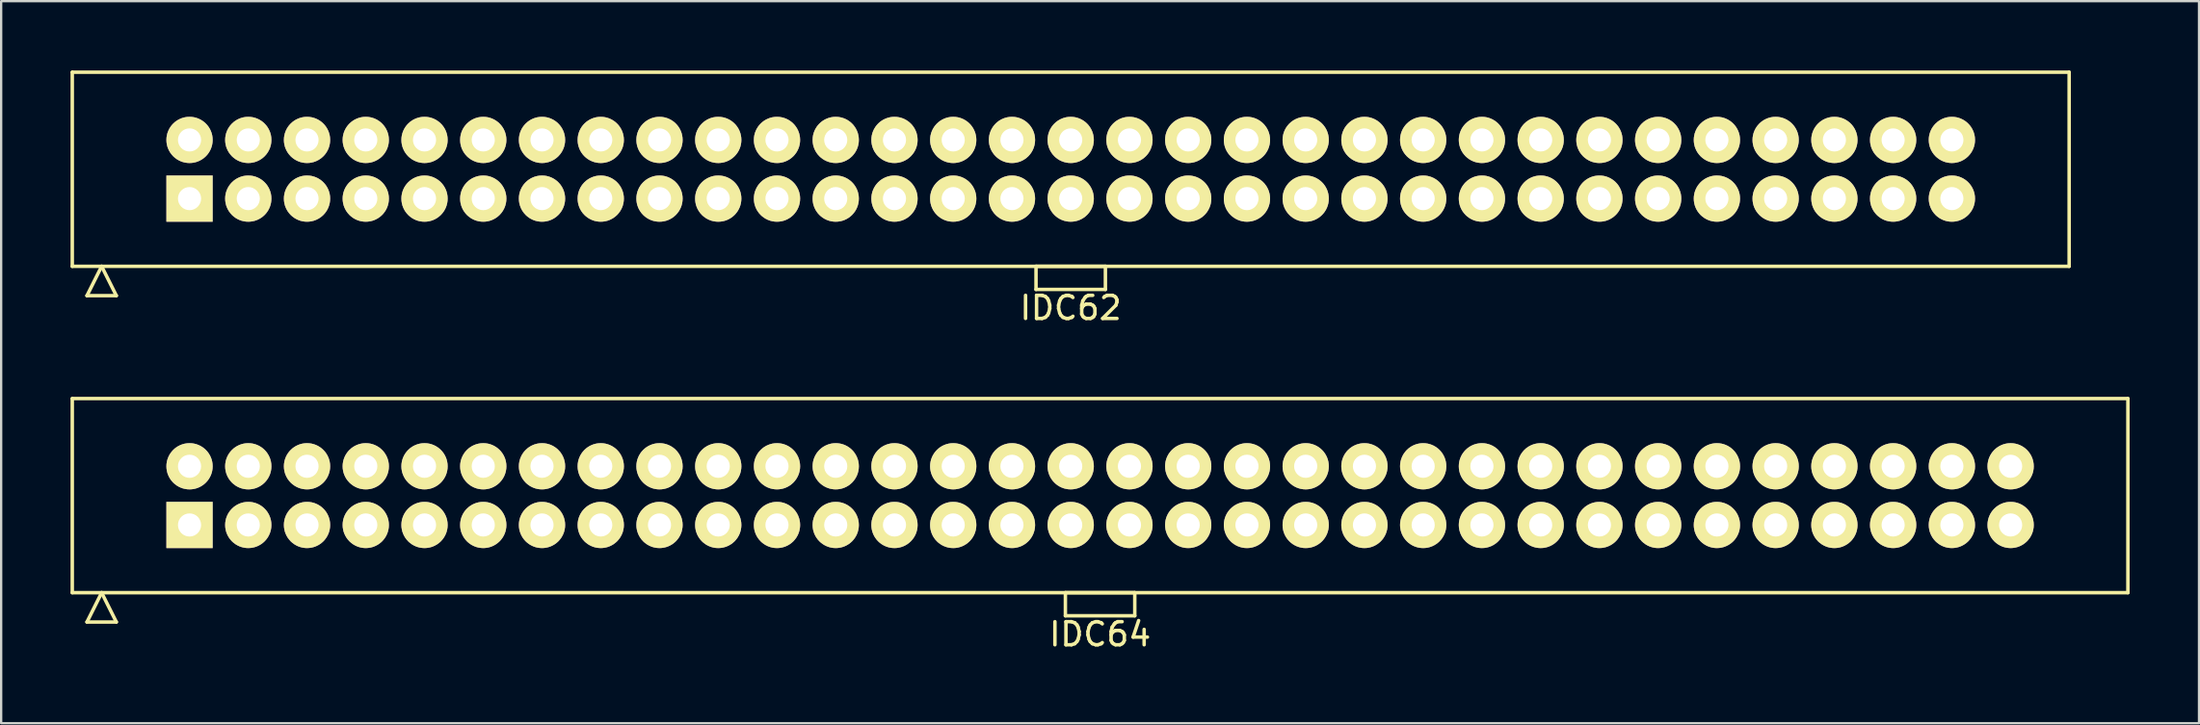
<source format=kicad_pcb>
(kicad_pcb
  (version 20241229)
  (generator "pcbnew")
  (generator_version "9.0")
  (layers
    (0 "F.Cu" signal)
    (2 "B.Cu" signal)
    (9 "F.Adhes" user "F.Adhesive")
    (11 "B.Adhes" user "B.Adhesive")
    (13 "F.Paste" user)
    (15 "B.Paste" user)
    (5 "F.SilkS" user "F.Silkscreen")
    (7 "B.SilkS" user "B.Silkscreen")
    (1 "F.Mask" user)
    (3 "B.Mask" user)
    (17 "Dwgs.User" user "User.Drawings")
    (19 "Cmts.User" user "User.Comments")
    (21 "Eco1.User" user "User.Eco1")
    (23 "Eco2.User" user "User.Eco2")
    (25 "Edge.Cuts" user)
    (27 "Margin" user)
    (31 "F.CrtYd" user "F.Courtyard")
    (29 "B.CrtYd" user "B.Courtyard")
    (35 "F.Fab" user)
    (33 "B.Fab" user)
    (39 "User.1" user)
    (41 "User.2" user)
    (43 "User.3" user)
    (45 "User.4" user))
  (footprint "IDC62"
    (layer "F.Cu")
    (at 43.245 4.275)
    (property "Reference" "IDC62" (at 0 6 0) (layer "F.SilkS") (effects (font (size 1 1) (thickness 0.15))))
    (attr through_hole)
    (fp_line (start -43.17 -4.2) (end -43.17 4.2) (stroke (width 0.15) (type solid)) (layer "F.SilkS"))
    (fp_line (start -43.17 4.2) (end 43.17 4.2) (stroke (width 0.15) (type solid)) (layer "F.SilkS"))
    (fp_line (start -42.535 5.47) (end -41.9 4.2) (stroke (width 0.15) (type solid)) (layer "F.SilkS"))
    (fp_line (start -42.535 5.47) (end -41.265 5.47) (stroke (width 0.15) (type solid)) (layer "F.SilkS"))
    (fp_line (start -41.265 5.47) (end -41.9 4.2) (stroke (width 0.15) (type solid)) (layer "F.SilkS"))
    (fp_line (start -1.5 4.2) (end -1.5 5.2) (stroke (width 0.15) (type solid)) (layer "F.SilkS"))
    (fp_line (start -1.5 5.2) (end 1.5 5.2) (stroke (width 0.15) (type solid)) (layer "F.SilkS"))
    (fp_line (start 1.5 4.2) (end -1.5 4.2) (stroke (width 0.15) (type solid)) (layer "F.SilkS"))
    (fp_line (start 1.5 5.2) (end 1.5 4.2) (stroke (width 0.15) (type solid)) (layer "F.SilkS"))
    (fp_line (start 43.17 -4.2) (end -43.17 -4.2) (stroke (width 0.15) (type solid)) (layer "F.SilkS"))
    (fp_line (start 43.17 4.2) (end 43.17 -4.2) (stroke (width 0.15) (type solid)) (layer "F.SilkS"))
    (pad "1" thru_hole rect (at -38.1 1.27) (size 2 2) (drill 1) (layers "*.Cu" "*.Mask" "F.SilkS"))
    (pad "2" thru_hole circle (at -38.1 -1.27) (size 2 2) (drill 1) (layers "*.Cu" "*.Mask" "F.SilkS"))
    (pad "3" thru_hole circle (at -35.56 1.27) (size 2 2) (drill 1) (layers "*.Cu" "*.Mask" "F.SilkS"))
    (pad "4" thru_hole circle (at -35.56 -1.27) (size 2 2) (drill 1) (layers "*.Cu" "*.Mask" "F.SilkS"))
    (pad "5" thru_hole circle (at -33.02 1.27) (size 2 2) (drill 1) (layers "*.Cu" "*.Mask" "F.SilkS"))
    (pad "6" thru_hole circle (at -33.02 -1.27) (size 2 2) (drill 1) (layers "*.Cu" "*.Mask" "F.SilkS"))
    (pad "7" thru_hole circle (at -30.48 1.27) (size 2 2) (drill 1) (layers "*.Cu" "*.Mask" "F.SilkS"))
    (pad "8" thru_hole circle (at -30.48 -1.27) (size 2 2) (drill 1) (layers "*.Cu" "*.Mask" "F.SilkS"))
    (pad "9" thru_hole circle (at -27.94 1.27) (size 2 2) (drill 1) (layers "*.Cu" "*.Mask" "F.SilkS"))
    (pad "10" thru_hole circle (at -27.94 -1.27) (size 2 2) (drill 1) (layers "*.Cu" "*.Mask" "F.SilkS"))
    (pad "11" thru_hole circle (at -25.4 1.27) (size 2 2) (drill 1) (layers "*.Cu" "*.Mask" "F.SilkS"))
    (pad "12" thru_hole circle (at -25.4 -1.27) (size 2 2) (drill 1) (layers "*.Cu" "*.Mask" "F.SilkS"))
    (pad "13" thru_hole circle (at -22.86 1.27) (size 2 2) (drill 1) (layers "*.Cu" "*.Mask" "F.SilkS"))
    (pad "14" thru_hole circle (at -22.86 -1.27) (size 2 2) (drill 1) (layers "*.Cu" "*.Mask" "F.SilkS"))
    (pad "15" thru_hole circle (at -20.32 1.27) (size 2 2) (drill 1) (layers "*.Cu" "*.Mask" "F.SilkS"))
    (pad "16" thru_hole circle (at -20.32 -1.27) (size 2 2) (drill 1) (layers "*.Cu" "*.Mask" "F.SilkS"))
    (pad "17" thru_hole circle (at -17.78 1.27) (size 2 2) (drill 1) (layers "*.Cu" "*.Mask" "F.SilkS"))
    (pad "18" thru_hole circle (at -17.78 -1.27) (size 2 2) (drill 1) (layers "*.Cu" "*.Mask" "F.SilkS"))
    (pad "19" thru_hole circle (at -15.24 1.27) (size 2 2) (drill 1) (layers "*.Cu" "*.Mask" "F.SilkS"))
    (pad "20" thru_hole circle (at -15.24 -1.27) (size 2 2) (drill 1) (layers "*.Cu" "*.Mask" "F.SilkS"))
    (pad "21" thru_hole circle (at -12.7 1.27) (size 2 2) (drill 1) (layers "*.Cu" "*.Mask" "F.SilkS"))
    (pad "22" thru_hole circle (at -12.7 -1.27) (size 2 2) (drill 1) (layers "*.Cu" "*.Mask" "F.SilkS"))
    (pad "23" thru_hole circle (at -10.16 1.27) (size 2 2) (drill 1) (layers "*.Cu" "*.Mask" "F.SilkS"))
    (pad "24" thru_hole circle (at -10.16 -1.27) (size 2 2) (drill 1) (layers "*.Cu" "*.Mask" "F.SilkS"))
    (pad "25" thru_hole circle (at -7.62 1.27) (size 2 2) (drill 1) (layers "*.Cu" "*.Mask" "F.SilkS"))
    (pad "26" thru_hole circle (at -7.62 -1.27) (size 2 2) (drill 1) (layers "*.Cu" "*.Mask" "F.SilkS"))
    (pad "27" thru_hole circle (at -5.08 1.27) (size 2 2) (drill 1) (layers "*.Cu" "*.Mask" "F.SilkS"))
    (pad "28" thru_hole circle (at -5.08 -1.27) (size 2 2) (drill 1) (layers "*.Cu" "*.Mask" "F.SilkS"))
    (pad "29" thru_hole circle (at -2.54 1.27) (size 2 2) (drill 1) (layers "*.Cu" "*.Mask" "F.SilkS"))
    (pad "30" thru_hole circle (at -2.54 -1.27) (size 2 2) (drill 1) (layers "*.Cu" "*.Mask" "F.SilkS"))
    (pad "31" thru_hole circle (at 0 1.27) (size 2 2) (drill 1) (layers "*.Cu" "*.Mask" "F.SilkS"))
    (pad "32" thru_hole circle (at 0 -1.27) (size 2 2) (drill 1) (layers "*.Cu" "*.Mask" "F.SilkS"))
    (pad "33" thru_hole circle (at 2.54 1.27) (size 2 2) (drill 1) (layers "*.Cu" "*.Mask" "F.SilkS"))
    (pad "34" thru_hole circle (at 2.54 -1.27) (size 2 2) (drill 1) (layers "*.Cu" "*.Mask" "F.SilkS"))
    (pad "35" thru_hole circle (at 5.08 1.27) (size 2 2) (drill 1) (layers "*.Cu" "*.Mask" "F.SilkS"))
    (pad "36" thru_hole circle (at 5.08 -1.27) (size 2 2) (drill 1) (layers "*.Cu" "*.Mask" "F.SilkS"))
    (pad "37" thru_hole circle (at 7.62 1.27) (size 2 2) (drill 1) (layers "*.Cu" "*.Mask" "F.SilkS"))
    (pad "38" thru_hole circle (at 7.62 -1.27) (size 2 2) (drill 1) (layers "*.Cu" "*.Mask" "F.SilkS"))
    (pad "39" thru_hole circle (at 10.16 1.27) (size 2 2) (drill 1) (layers "*.Cu" "*.Mask" "F.SilkS"))
    (pad "40" thru_hole circle (at 10.16 -1.27) (size 2 2) (drill 1) (layers "*.Cu" "*.Mask" "F.SilkS"))
    (pad "41" thru_hole circle (at 12.7 1.27) (size 2 2) (drill 1) (layers "*.Cu" "*.Mask" "F.SilkS"))
    (pad "42" thru_hole circle (at 12.7 -1.27) (size 2 2) (drill 1) (layers "*.Cu" "*.Mask" "F.SilkS"))
    (pad "43" thru_hole circle (at 15.24 1.27) (size 2 2) (drill 1) (layers "*.Cu" "*.Mask" "F.SilkS"))
    (pad "44" thru_hole circle (at 15.24 -1.27) (size 2 2) (drill 1) (layers "*.Cu" "*.Mask" "F.SilkS"))
    (pad "45" thru_hole circle (at 17.78 1.27) (size 2 2) (drill 1) (layers "*.Cu" "*.Mask" "F.SilkS"))
    (pad "46" thru_hole circle (at 17.78 -1.27) (size 2 2) (drill 1) (layers "*.Cu" "*.Mask" "F.SilkS"))
    (pad "47" thru_hole circle (at 20.32 1.27) (size 2 2) (drill 1) (layers "*.Cu" "*.Mask" "F.SilkS"))
    (pad "48" thru_hole circle (at 20.32 -1.27) (size 2 2) (drill 1) (layers "*.Cu" "*.Mask" "F.SilkS"))
    (pad "49" thru_hole circle (at 22.86 1.27) (size 2 2) (drill 1) (layers "*.Cu" "*.Mask" "F.SilkS"))
    (pad "50" thru_hole circle (at 22.86 -1.27) (size 2 2) (drill 1) (layers "*.Cu" "*.Mask" "F.SilkS"))
    (pad "51" thru_hole circle (at 25.4 1.27) (size 2 2) (drill 1) (layers "*.Cu" "*.Mask" "F.SilkS"))
    (pad "52" thru_hole circle (at 25.4 -1.27) (size 2 2) (drill 1) (layers "*.Cu" "*.Mask" "F.SilkS"))
    (pad "53" thru_hole circle (at 27.94 1.27) (size 2 2) (drill 1) (layers "*.Cu" "*.Mask" "F.SilkS"))
    (pad "54" thru_hole circle (at 27.94 -1.27) (size 2 2) (drill 1) (layers "*.Cu" "*.Mask" "F.SilkS"))
    (pad "55" thru_hole circle (at 30.48 1.27) (size 2 2) (drill 1) (layers "*.Cu" "*.Mask" "F.SilkS"))
    (pad "56" thru_hole circle (at 30.48 -1.27) (size 2 2) (drill 1) (layers "*.Cu" "*.Mask" "F.SilkS"))
    (pad "57" thru_hole circle (at 33.02 1.27) (size 2 2) (drill 1) (layers "*.Cu" "*.Mask" "F.SilkS"))
    (pad "58" thru_hole circle (at 33.02 -1.27) (size 2 2) (drill 1) (layers "*.Cu" "*.Mask" "F.SilkS"))
    (pad "59" thru_hole circle (at 35.56 1.27) (size 2 2) (drill 1) (layers "*.Cu" "*.Mask" "F.SilkS"))
    (pad "60" thru_hole circle (at 35.56 -1.27) (size 2 2) (drill 1) (layers "*.Cu" "*.Mask" "F.SilkS"))
    (pad "61" thru_hole circle (at 38.1 1.27) (size 2 2) (drill 1) (layers "*.Cu" "*.Mask" "F.SilkS"))
    (pad "62" thru_hole circle (at 38.1 -1.27) (size 2 2) (drill 1) (layers "*.Cu" "*.Mask" "F.SilkS")))
  (footprint "IDC64"
    (layer "F.Cu")
    (at 44.515 18.398)
    (property "Reference" "IDC64" (at 0 6 0) (layer "F.SilkS") (effects (font (size 1 1) (thickness 0.15))))
    (attr through_hole)
    (fp_line (start -44.44 -4.2) (end -44.44 4.2) (stroke (width 0.15) (type solid)) (layer "F.SilkS"))
    (fp_line (start -44.44 4.2) (end 44.44 4.2) (stroke (width 0.15) (type solid)) (layer "F.SilkS"))
    (fp_line (start -43.805 5.47) (end -43.17 4.2) (stroke (width 0.15) (type solid)) (layer "F.SilkS"))
    (fp_line (start -43.805 5.47) (end -42.535 5.47) (stroke (width 0.15) (type solid)) (layer "F.SilkS"))
    (fp_line (start -42.535 5.47) (end -43.17 4.2) (stroke (width 0.15) (type solid)) (layer "F.SilkS"))
    (fp_line (start -1.5 4.2) (end -1.5 5.2) (stroke (width 0.15) (type solid)) (layer "F.SilkS"))
    (fp_line (start -1.5 5.2) (end 1.5 5.2) (stroke (width 0.15) (type solid)) (layer "F.SilkS"))
    (fp_line (start 1.5 4.2) (end -1.5 4.2) (stroke (width 0.15) (type solid)) (layer "F.SilkS"))
    (fp_line (start 1.5 5.2) (end 1.5 4.2) (stroke (width 0.15) (type solid)) (layer "F.SilkS"))
    (fp_line (start 44.44 -4.2) (end -44.44 -4.2) (stroke (width 0.15) (type solid)) (layer "F.SilkS"))
    (fp_line (start 44.44 4.2) (end 44.44 -4.2) (stroke (width 0.15) (type solid)) (layer "F.SilkS"))
    (pad "1" thru_hole rect (at -39.37 1.27) (size 2 2) (drill 1) (layers "*.Cu" "*.Mask" "F.SilkS"))
    (pad "2" thru_hole circle (at -39.37 -1.27) (size 2 2) (drill 1) (layers "*.Cu" "*.Mask" "F.SilkS"))
    (pad "3" thru_hole circle (at -36.83 1.27) (size 2 2) (drill 1) (layers "*.Cu" "*.Mask" "F.SilkS"))
    (pad "4" thru_hole circle (at -36.83 -1.27) (size 2 2) (drill 1) (layers "*.Cu" "*.Mask" "F.SilkS"))
    (pad "5" thru_hole circle (at -34.29 1.27) (size 2 2) (drill 1) (layers "*.Cu" "*.Mask" "F.SilkS"))
    (pad "6" thru_hole circle (at -34.29 -1.27) (size 2 2) (drill 1) (layers "*.Cu" "*.Mask" "F.SilkS"))
    (pad "7" thru_hole circle (at -31.75 1.27) (size 2 2) (drill 1) (layers "*.Cu" "*.Mask" "F.SilkS"))
    (pad "8" thru_hole circle (at -31.75 -1.27) (size 2 2) (drill 1) (layers "*.Cu" "*.Mask" "F.SilkS"))
    (pad "9" thru_hole circle (at -29.21 1.27) (size 2 2) (drill 1) (layers "*.Cu" "*.Mask" "F.SilkS"))
    (pad "10" thru_hole circle (at -29.21 -1.27) (size 2 2) (drill 1) (layers "*.Cu" "*.Mask" "F.SilkS"))
    (pad "11" thru_hole circle (at -26.67 1.27) (size 2 2) (drill 1) (layers "*.Cu" "*.Mask" "F.SilkS"))
    (pad "12" thru_hole circle (at -26.67 -1.27) (size 2 2) (drill 1) (layers "*.Cu" "*.Mask" "F.SilkS"))
    (pad "13" thru_hole circle (at -24.13 1.27) (size 2 2) (drill 1) (layers "*.Cu" "*.Mask" "F.SilkS"))
    (pad "14" thru_hole circle (at -24.13 -1.27) (size 2 2) (drill 1) (layers "*.Cu" "*.Mask" "F.SilkS"))
    (pad "15" thru_hole circle (at -21.59 1.27) (size 2 2) (drill 1) (layers "*.Cu" "*.Mask" "F.SilkS"))
    (pad "16" thru_hole circle (at -21.59 -1.27) (size 2 2) (drill 1) (layers "*.Cu" "*.Mask" "F.SilkS"))
    (pad "17" thru_hole circle (at -19.05 1.27) (size 2 2) (drill 1) (layers "*.Cu" "*.Mask" "F.SilkS"))
    (pad "18" thru_hole circle (at -19.05 -1.27) (size 2 2) (drill 1) (layers "*.Cu" "*.Mask" "F.SilkS"))
    (pad "19" thru_hole circle (at -16.51 1.27) (size 2 2) (drill 1) (layers "*.Cu" "*.Mask" "F.SilkS"))
    (pad "20" thru_hole circle (at -16.51 -1.27) (size 2 2) (drill 1) (layers "*.Cu" "*.Mask" "F.SilkS"))
    (pad "21" thru_hole circle (at -13.97 1.27) (size 2 2) (drill 1) (layers "*.Cu" "*.Mask" "F.SilkS"))
    (pad "22" thru_hole circle (at -13.97 -1.27) (size 2 2) (drill 1) (layers "*.Cu" "*.Mask" "F.SilkS"))
    (pad "23" thru_hole circle (at -11.43 1.27) (size 2 2) (drill 1) (layers "*.Cu" "*.Mask" "F.SilkS"))
    (pad "24" thru_hole circle (at -11.43 -1.27) (size 2 2) (drill 1) (layers "*.Cu" "*.Mask" "F.SilkS"))
    (pad "25" thru_hole circle (at -8.89 1.27) (size 2 2) (drill 1) (layers "*.Cu" "*.Mask" "F.SilkS"))
    (pad "26" thru_hole circle (at -8.89 -1.27) (size 2 2) (drill 1) (layers "*.Cu" "*.Mask" "F.SilkS"))
    (pad "27" thru_hole circle (at -6.35 1.27) (size 2 2) (drill 1) (layers "*.Cu" "*.Mask" "F.SilkS"))
    (pad "28" thru_hole circle (at -6.35 -1.27) (size 2 2) (drill 1) (layers "*.Cu" "*.Mask" "F.SilkS"))
    (pad "29" thru_hole circle (at -3.81 1.27) (size 2 2) (drill 1) (layers "*.Cu" "*.Mask" "F.SilkS"))
    (pad "30" thru_hole circle (at -3.81 -1.27) (size 2 2) (drill 1) (layers "*.Cu" "*.Mask" "F.SilkS"))
    (pad "31" thru_hole circle (at -1.27 1.27) (size 2 2) (drill 1) (layers "*.Cu" "*.Mask" "F.SilkS"))
    (pad "32" thru_hole circle (at -1.27 -1.27) (size 2 2) (drill 1) (layers "*.Cu" "*.Mask" "F.SilkS"))
    (pad "33" thru_hole circle (at 1.27 1.27) (size 2 2) (drill 1) (layers "*.Cu" "*.Mask" "F.SilkS"))
    (pad "34" thru_hole circle (at 1.27 -1.27) (size 2 2) (drill 1) (layers "*.Cu" "*.Mask" "F.SilkS"))
    (pad "35" thru_hole circle (at 3.81 1.27) (size 2 2) (drill 1) (layers "*.Cu" "*.Mask" "F.SilkS"))
    (pad "36" thru_hole circle (at 3.81 -1.27) (size 2 2) (drill 1) (layers "*.Cu" "*.Mask" "F.SilkS"))
    (pad "37" thru_hole circle (at 6.35 1.27) (size 2 2) (drill 1) (layers "*.Cu" "*.Mask" "F.SilkS"))
    (pad "38" thru_hole circle (at 6.35 -1.27) (size 2 2) (drill 1) (layers "*.Cu" "*.Mask" "F.SilkS"))
    (pad "39" thru_hole circle (at 8.89 1.27) (size 2 2) (drill 1) (layers "*.Cu" "*.Mask" "F.SilkS"))
    (pad "40" thru_hole circle (at 8.89 -1.27) (size 2 2) (drill 1) (layers "*.Cu" "*.Mask" "F.SilkS"))
    (pad "41" thru_hole circle (at 11.43 1.27) (size 2 2) (drill 1) (layers "*.Cu" "*.Mask" "F.SilkS"))
    (pad "42" thru_hole circle (at 11.43 -1.27) (size 2 2) (drill 1) (layers "*.Cu" "*.Mask" "F.SilkS"))
    (pad "43" thru_hole circle (at 13.97 1.27) (size 2 2) (drill 1) (layers "*.Cu" "*.Mask" "F.SilkS"))
    (pad "44" thru_hole circle (at 13.97 -1.27) (size 2 2) (drill 1) (layers "*.Cu" "*.Mask" "F.SilkS"))
    (pad "45" thru_hole circle (at 16.51 1.27) (size 2 2) (drill 1) (layers "*.Cu" "*.Mask" "F.SilkS"))
    (pad "46" thru_hole circle (at 16.51 -1.27) (size 2 2) (drill 1) (layers "*.Cu" "*.Mask" "F.SilkS"))
    (pad "47" thru_hole circle (at 19.05 1.27) (size 2 2) (drill 1) (layers "*.Cu" "*.Mask" "F.SilkS"))
    (pad "48" thru_hole circle (at 19.05 -1.27) (size 2 2) (drill 1) (layers "*.Cu" "*.Mask" "F.SilkS"))
    (pad "49" thru_hole circle (at 21.59 1.27) (size 2 2) (drill 1) (layers "*.Cu" "*.Mask" "F.SilkS"))
    (pad "50" thru_hole circle (at 21.59 -1.27) (size 2 2) (drill 1) (layers "*.Cu" "*.Mask" "F.SilkS"))
    (pad "51" thru_hole circle (at 24.13 1.27) (size 2 2) (drill 1) (layers "*.Cu" "*.Mask" "F.SilkS"))
    (pad "52" thru_hole circle (at 24.13 -1.27) (size 2 2) (drill 1) (layers "*.Cu" "*.Mask" "F.SilkS"))
    (pad "53" thru_hole circle (at 26.67 1.27) (size 2 2) (drill 1) (layers "*.Cu" "*.Mask" "F.SilkS"))
    (pad "54" thru_hole circle (at 26.67 -1.27) (size 2 2) (drill 1) (layers "*.Cu" "*.Mask" "F.SilkS"))
    (pad "55" thru_hole circle (at 29.21 1.27) (size 2 2) (drill 1) (layers "*.Cu" "*.Mask" "F.SilkS"))
    (pad "56" thru_hole circle (at 29.21 -1.27) (size 2 2) (drill 1) (layers "*.Cu" "*.Mask" "F.SilkS"))
    (pad "57" thru_hole circle (at 31.75 1.27) (size 2 2) (drill 1) (layers "*.Cu" "*.Mask" "F.SilkS"))
    (pad "58" thru_hole circle (at 31.75 -1.27) (size 2 2) (drill 1) (layers "*.Cu" "*.Mask" "F.SilkS"))
    (pad "59" thru_hole circle (at 34.29 1.27) (size 2 2) (drill 1) (layers "*.Cu" "*.Mask" "F.SilkS"))
    (pad "60" thru_hole circle (at 34.29 -1.27) (size 2 2) (drill 1) (layers "*.Cu" "*.Mask" "F.SilkS"))
    (pad "61" thru_hole circle (at 36.83 1.27) (size 2 2) (drill 1) (layers "*.Cu" "*.Mask" "F.SilkS"))
    (pad "62" thru_hole circle (at 36.83 -1.27) (size 2 2) (drill 1) (layers "*.Cu" "*.Mask" "F.SilkS"))
    (pad "63" thru_hole circle (at 39.37 1.27) (size 2 2) (drill 1) (layers "*.Cu" "*.Mask" "F.SilkS"))
    (pad "64" thru_hole circle (at 39.37 -1.27) (size 2 2) (drill 1) (layers "*.Cu" "*.Mask" "F.SilkS")))
  (gr_rect
    (start -3 -3)
    (end 92.03 28.247)
    (stroke (width 0.1) (type default))
    (fill no)
    (layer "Edge.Cuts")))
</source>
